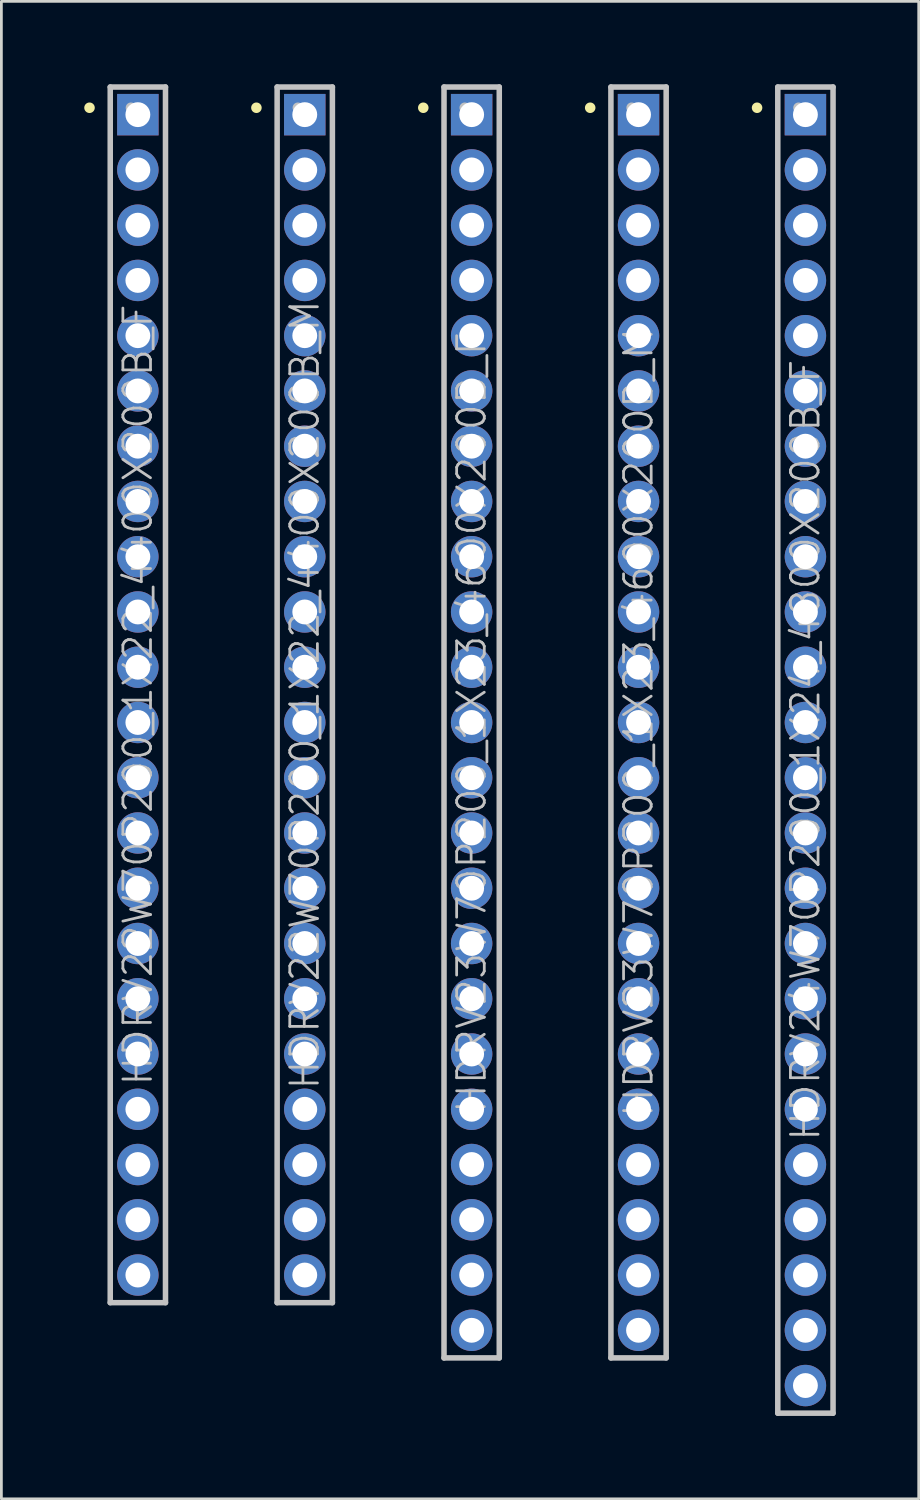
<source format=kicad_pcb>
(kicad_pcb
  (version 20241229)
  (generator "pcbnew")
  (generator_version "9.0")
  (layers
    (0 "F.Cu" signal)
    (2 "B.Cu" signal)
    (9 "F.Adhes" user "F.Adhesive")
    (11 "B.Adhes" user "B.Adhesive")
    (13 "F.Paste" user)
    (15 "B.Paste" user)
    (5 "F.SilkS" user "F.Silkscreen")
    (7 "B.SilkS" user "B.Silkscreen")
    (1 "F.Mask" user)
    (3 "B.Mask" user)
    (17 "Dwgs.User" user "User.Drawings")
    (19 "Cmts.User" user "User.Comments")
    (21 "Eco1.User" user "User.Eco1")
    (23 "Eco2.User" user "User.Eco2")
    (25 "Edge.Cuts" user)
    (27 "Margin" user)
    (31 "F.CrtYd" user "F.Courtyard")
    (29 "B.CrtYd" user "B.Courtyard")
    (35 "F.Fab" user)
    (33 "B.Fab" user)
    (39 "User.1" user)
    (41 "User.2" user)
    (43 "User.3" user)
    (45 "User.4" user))
  (footprint "HDRV23W70P200_1X23_4600X200B_F"
    (layer "F.Cu")
    (at 14.021 23.1)
    (property "Reference" "HDRV23W70P200_1X23_4600X200B_F" (at 0 0 90) (layer "Dwgs.User") (effects (font (size 1 1) (thickness 0.1))))
    (attr through_hole)
    (fp_line (start -1.75 -22.25) (end -1.75 -22.25) (stroke (width 0.381) (type solid)) (layer "F.SilkS"))
    (fp_line (start -1 -23) (end -1 23) (stroke (width 0.2) (type solid)) (layer "Dwgs.User"))
    (fp_line (start -1 -23) (end 1 -23) (stroke (width 0.2) (type solid)) (layer "Dwgs.User"))
    (fp_line (start -1 23) (end 1 23) (stroke (width 0.2) (type solid)) (layer "Dwgs.User"))
    (fp_line (start -0.25 -22.25) (end -0.25 -22.25) (stroke (width 0.381) (type solid)) (layer "Dwgs.User"))
    (fp_line (start 1 -23) (end 1 23) (stroke (width 0.2) (type solid)) (layer "Dwgs.User"))
    (pad "1" thru_hole rect (at 0 -22) (size 1.5 1.5) (drill 0.9) (layers "*.Cu" "*.Mask"))
    (pad "2" thru_hole circle (at 0 -20 270) (size 1.5 1.5) (drill 0.9) (layers "*.Cu" "*.Mask"))
    (pad "3" thru_hole circle (at 0 -18 270) (size 1.5 1.5) (drill 0.9) (layers "*.Cu" "*.Mask"))
    (pad "4" thru_hole circle (at 0 -16 270) (size 1.5 1.5) (drill 0.9) (layers "*.Cu" "*.Mask"))
    (pad "5" thru_hole circle (at 0 -14 270) (size 1.5 1.5) (drill 0.9) (layers "*.Cu" "*.Mask"))
    (pad "6" thru_hole circle (at 0 -12 270) (size 1.5 1.5) (drill 0.9) (layers "*.Cu" "*.Mask"))
    (pad "7" thru_hole circle (at 0 -10 270) (size 1.5 1.5) (drill 0.9) (layers "*.Cu" "*.Mask"))
    (pad "8" thru_hole circle (at 0 -8 270) (size 1.5 1.5) (drill 0.9) (layers "*.Cu" "*.Mask"))
    (pad "9" thru_hole circle (at 0 -6 270) (size 1.5 1.5) (drill 0.9) (layers "*.Cu" "*.Mask"))
    (pad "10" thru_hole circle (at 0 -4 270) (size 1.5 1.5) (drill 0.9) (layers "*.Cu" "*.Mask"))
    (pad "11" thru_hole circle (at 0 -2 270) (size 1.5 1.5) (drill 0.9) (layers "*.Cu" "*.Mask"))
    (pad "12" thru_hole circle (at 0 0 270) (size 1.5 1.5) (drill 0.9) (layers "*.Cu" "*.Mask"))
    (pad "13" thru_hole circle (at 0 2 270) (size 1.5 1.5) (drill 0.9) (layers "*.Cu" "*.Mask"))
    (pad "14" thru_hole circle (at 0 4 270) (size 1.5 1.5) (drill 0.9) (layers "*.Cu" "*.Mask"))
    (pad "15" thru_hole circle (at 0 6 270) (size 1.5 1.5) (drill 0.9) (layers "*.Cu" "*.Mask"))
    (pad "16" thru_hole circle (at 0 8 270) (size 1.5 1.5) (drill 0.9) (layers "*.Cu" "*.Mask"))
    (pad "17" thru_hole circle (at 0 10 270) (size 1.5 1.5) (drill 0.9) (layers "*.Cu" "*.Mask"))
    (pad "18" thru_hole circle (at 0 12 270) (size 1.5 1.5) (drill 0.9) (layers "*.Cu" "*.Mask"))
    (pad "19" thru_hole circle (at 0 14 270) (size 1.5 1.5) (drill 0.9) (layers "*.Cu" "*.Mask"))
    (pad "20" thru_hole circle (at 0 16 270) (size 1.5 1.5) (drill 0.9) (layers "*.Cu" "*.Mask"))
    (pad "21" thru_hole circle (at 0 18 270) (size 1.5 1.5) (drill 0.9) (layers "*.Cu" "*.Mask"))
    (pad "22" thru_hole circle (at 0 20 270) (size 1.5 1.5) (drill 0.9) (layers "*.Cu" "*.Mask"))
    (pad "23" thru_hole circle (at 0 22 270) (size 1.5 1.5) (drill 0.9) (layers "*.Cu" "*.Mask")))
  (footprint "HDRV22W70P200_1X22_4400X200B_M"
    (layer "F.Cu")
    (at 7.981 22.1)
    (property "Reference" "HDRV22W70P200_1X22_4400X200B_M" (at 0 0 90) (layer "Dwgs.User") (effects (font (size 1 1) (thickness 0.1))))
    (attr through_hole)
    (fp_line (start -1.75 -21.25) (end -1.75 -21.25) (stroke (width 0.381) (type solid)) (layer "F.SilkS"))
    (fp_line (start -1 -22) (end -1 22) (stroke (width 0.2) (type solid)) (layer "Dwgs.User"))
    (fp_line (start -1 -22) (end 1 -22) (stroke (width 0.2) (type solid)) (layer "Dwgs.User"))
    (fp_line (start -1 22) (end 1 22) (stroke (width 0.2) (type solid)) (layer "Dwgs.User"))
    (fp_line (start -0.25 -21.25) (end -0.25 -21.25) (stroke (width 0.381) (type solid)) (layer "Dwgs.User"))
    (fp_line (start 1 -22) (end 1 22) (stroke (width 0.2) (type solid)) (layer "Dwgs.User"))
    (pad "1" thru_hole rect (at 0 -21) (size 1.5 1.5) (drill 0.9) (layers "*.Cu" "*.Mask"))
    (pad "2" thru_hole circle (at 0 -19 270) (size 1.5 1.5) (drill 0.9) (layers "*.Cu" "*.Mask"))
    (pad "3" thru_hole circle (at 0 -17 270) (size 1.5 1.5) (drill 0.9) (layers "*.Cu" "*.Mask"))
    (pad "4" thru_hole circle (at 0 -15 270) (size 1.5 1.5) (drill 0.9) (layers "*.Cu" "*.Mask"))
    (pad "5" thru_hole circle (at 0 -13 270) (size 1.5 1.5) (drill 0.9) (layers "*.Cu" "*.Mask"))
    (pad "6" thru_hole circle (at 0 -11 270) (size 1.5 1.5) (drill 0.9) (layers "*.Cu" "*.Mask"))
    (pad "7" thru_hole circle (at 0 -9 270) (size 1.5 1.5) (drill 0.9) (layers "*.Cu" "*.Mask"))
    (pad "8" thru_hole circle (at 0 -7 270) (size 1.5 1.5) (drill 0.9) (layers "*.Cu" "*.Mask"))
    (pad "9" thru_hole circle (at 0 -5 270) (size 1.5 1.5) (drill 0.9) (layers "*.Cu" "*.Mask"))
    (pad "10" thru_hole circle (at 0 -3 270) (size 1.5 1.5) (drill 0.9) (layers "*.Cu" "*.Mask"))
    (pad "11" thru_hole circle (at 0 -1 270) (size 1.5 1.5) (drill 0.9) (layers "*.Cu" "*.Mask"))
    (pad "12" thru_hole circle (at 0 1 270) (size 1.5 1.5) (drill 0.9) (layers "*.Cu" "*.Mask"))
    (pad "13" thru_hole circle (at 0 3 270) (size 1.5 1.5) (drill 0.9) (layers "*.Cu" "*.Mask"))
    (pad "14" thru_hole circle (at 0 5 270) (size 1.5 1.5) (drill 0.9) (layers "*.Cu" "*.Mask"))
    (pad "15" thru_hole circle (at 0 7 270) (size 1.5 1.5) (drill 0.9) (layers "*.Cu" "*.Mask"))
    (pad "16" thru_hole circle (at 0 9 270) (size 1.5 1.5) (drill 0.9) (layers "*.Cu" "*.Mask"))
    (pad "17" thru_hole circle (at 0 11 270) (size 1.5 1.5) (drill 0.9) (layers "*.Cu" "*.Mask"))
    (pad "18" thru_hole circle (at 0 13 270) (size 1.5 1.5) (drill 0.9) (layers "*.Cu" "*.Mask"))
    (pad "19" thru_hole circle (at 0 15 270) (size 1.5 1.5) (drill 0.9) (layers "*.Cu" "*.Mask"))
    (pad "20" thru_hole circle (at 0 17 270) (size 1.5 1.5) (drill 0.9) (layers "*.Cu" "*.Mask"))
    (pad "21" thru_hole circle (at 0 19 270) (size 1.5 1.5) (drill 0.9) (layers "*.Cu" "*.Mask"))
    (pad "22" thru_hole circle (at 0 21 270) (size 1.5 1.5) (drill 0.9) (layers "*.Cu" "*.Mask")))
  (footprint "HDRV23W70P200_1X23_4600X200B_M"
    (layer "F.Cu")
    (at 20.062 23.1)
    (property "Reference" "HDRV23W70P200_1X23_4600X200B_M" (at 0 0 90) (layer "Dwgs.User") (effects (font (size 1 1) (thickness 0.1))))
    (attr through_hole)
    (fp_line (start -1.75 -22.25) (end -1.75 -22.25) (stroke (width 0.381) (type solid)) (layer "F.SilkS"))
    (fp_line (start -1 -23) (end -1 23) (stroke (width 0.2) (type solid)) (layer "Dwgs.User"))
    (fp_line (start -1 -23) (end 1 -23) (stroke (width 0.2) (type solid)) (layer "Dwgs.User"))
    (fp_line (start -1 23) (end 1 23) (stroke (width 0.2) (type solid)) (layer "Dwgs.User"))
    (fp_line (start -0.25 -22.25) (end -0.25 -22.25) (stroke (width 0.381) (type solid)) (layer "Dwgs.User"))
    (fp_line (start 1 -23) (end 1 23) (stroke (width 0.2) (type solid)) (layer "Dwgs.User"))
    (pad "1" thru_hole rect (at 0 -22) (size 1.5 1.5) (drill 0.9) (layers "*.Cu" "*.Mask"))
    (pad "2" thru_hole circle (at 0 -20 270) (size 1.5 1.5) (drill 0.9) (layers "*.Cu" "*.Mask"))
    (pad "3" thru_hole circle (at 0 -18 270) (size 1.5 1.5) (drill 0.9) (layers "*.Cu" "*.Mask"))
    (pad "4" thru_hole circle (at 0 -16 270) (size 1.5 1.5) (drill 0.9) (layers "*.Cu" "*.Mask"))
    (pad "5" thru_hole circle (at 0 -14 270) (size 1.5 1.5) (drill 0.9) (layers "*.Cu" "*.Mask"))
    (pad "6" thru_hole circle (at 0 -12 270) (size 1.5 1.5) (drill 0.9) (layers "*.Cu" "*.Mask"))
    (pad "7" thru_hole circle (at 0 -10 270) (size 1.5 1.5) (drill 0.9) (layers "*.Cu" "*.Mask"))
    (pad "8" thru_hole circle (at 0 -8 270) (size 1.5 1.5) (drill 0.9) (layers "*.Cu" "*.Mask"))
    (pad "9" thru_hole circle (at 0 -6 270) (size 1.5 1.5) (drill 0.9) (layers "*.Cu" "*.Mask"))
    (pad "10" thru_hole circle (at 0 -4 270) (size 1.5 1.5) (drill 0.9) (layers "*.Cu" "*.Mask"))
    (pad "11" thru_hole circle (at 0 -2 270) (size 1.5 1.5) (drill 0.9) (layers "*.Cu" "*.Mask"))
    (pad "12" thru_hole circle (at 0 0 270) (size 1.5 1.5) (drill 0.9) (layers "*.Cu" "*.Mask"))
    (pad "13" thru_hole circle (at 0 2 270) (size 1.5 1.5) (drill 0.9) (layers "*.Cu" "*.Mask"))
    (pad "14" thru_hole circle (at 0 4 270) (size 1.5 1.5) (drill 0.9) (layers "*.Cu" "*.Mask"))
    (pad "15" thru_hole circle (at 0 6 270) (size 1.5 1.5) (drill 0.9) (layers "*.Cu" "*.Mask"))
    (pad "16" thru_hole circle (at 0 8 270) (size 1.5 1.5) (drill 0.9) (layers "*.Cu" "*.Mask"))
    (pad "17" thru_hole circle (at 0 10 270) (size 1.5 1.5) (drill 0.9) (layers "*.Cu" "*.Mask"))
    (pad "18" thru_hole circle (at 0 12 270) (size 1.5 1.5) (drill 0.9) (layers "*.Cu" "*.Mask"))
    (pad "19" thru_hole circle (at 0 14 270) (size 1.5 1.5) (drill 0.9) (layers "*.Cu" "*.Mask"))
    (pad "20" thru_hole circle (at 0 16 270) (size 1.5 1.5) (drill 0.9) (layers "*.Cu" "*.Mask"))
    (pad "21" thru_hole circle (at 0 18 270) (size 1.5 1.5) (drill 0.9) (layers "*.Cu" "*.Mask"))
    (pad "22" thru_hole circle (at 0 20 270) (size 1.5 1.5) (drill 0.9) (layers "*.Cu" "*.Mask"))
    (pad "23" thru_hole circle (at 0 22 270) (size 1.5 1.5) (drill 0.9) (layers "*.Cu" "*.Mask")))
  (footprint "HDRV22W70P200_1X22_4400X200B_F"
    (layer "F.Cu")
    (at 1.94 22.1)
    (property "Reference" "HDRV22W70P200_1X22_4400X200B_F" (at 0 0 90) (layer "Dwgs.User") (effects (font (size 1 1) (thickness 0.1))))
    (attr through_hole)
    (fp_line (start -1.75 -21.25) (end -1.75 -21.25) (stroke (width 0.381) (type solid)) (layer "F.SilkS"))
    (fp_line (start -1 -22) (end -1 22) (stroke (width 0.2) (type solid)) (layer "Dwgs.User"))
    (fp_line (start -1 -22) (end 1 -22) (stroke (width 0.2) (type solid)) (layer "Dwgs.User"))
    (fp_line (start -1 22) (end 1 22) (stroke (width 0.2) (type solid)) (layer "Dwgs.User"))
    (fp_line (start -0.25 -21.25) (end -0.25 -21.25) (stroke (width 0.381) (type solid)) (layer "Dwgs.User"))
    (fp_line (start 1 -22) (end 1 22) (stroke (width 0.2) (type solid)) (layer "Dwgs.User"))
    (pad "1" thru_hole rect (at 0 -21) (size 1.5 1.5) (drill 0.9) (layers "*.Cu" "*.Mask"))
    (pad "2" thru_hole circle (at 0 -19 270) (size 1.5 1.5) (drill 0.9) (layers "*.Cu" "*.Mask"))
    (pad "3" thru_hole circle (at 0 -17 270) (size 1.5 1.5) (drill 0.9) (layers "*.Cu" "*.Mask"))
    (pad "4" thru_hole circle (at 0 -15 270) (size 1.5 1.5) (drill 0.9) (layers "*.Cu" "*.Mask"))
    (pad "5" thru_hole circle (at 0 -13 270) (size 1.5 1.5) (drill 0.9) (layers "*.Cu" "*.Mask"))
    (pad "6" thru_hole circle (at 0 -11 270) (size 1.5 1.5) (drill 0.9) (layers "*.Cu" "*.Mask"))
    (pad "7" thru_hole circle (at 0 -9 270) (size 1.5 1.5) (drill 0.9) (layers "*.Cu" "*.Mask"))
    (pad "8" thru_hole circle (at 0 -7 270) (size 1.5 1.5) (drill 0.9) (layers "*.Cu" "*.Mask"))
    (pad "9" thru_hole circle (at 0 -5 270) (size 1.5 1.5) (drill 0.9) (layers "*.Cu" "*.Mask"))
    (pad "10" thru_hole circle (at 0 -3 270) (size 1.5 1.5) (drill 0.9) (layers "*.Cu" "*.Mask"))
    (pad "11" thru_hole circle (at 0 -1 270) (size 1.5 1.5) (drill 0.9) (layers "*.Cu" "*.Mask"))
    (pad "12" thru_hole circle (at 0 1 270) (size 1.5 1.5) (drill 0.9) (layers "*.Cu" "*.Mask"))
    (pad "13" thru_hole circle (at 0 3 270) (size 1.5 1.5) (drill 0.9) (layers "*.Cu" "*.Mask"))
    (pad "14" thru_hole circle (at 0 5 270) (size 1.5 1.5) (drill 0.9) (layers "*.Cu" "*.Mask"))
    (pad "15" thru_hole circle (at 0 7 270) (size 1.5 1.5) (drill 0.9) (layers "*.Cu" "*.Mask"))
    (pad "16" thru_hole circle (at 0 9 270) (size 1.5 1.5) (drill 0.9) (layers "*.Cu" "*.Mask"))
    (pad "17" thru_hole circle (at 0 11 270) (size 1.5 1.5) (drill 0.9) (layers "*.Cu" "*.Mask"))
    (pad "18" thru_hole circle (at 0 13 270) (size 1.5 1.5) (drill 0.9) (layers "*.Cu" "*.Mask"))
    (pad "19" thru_hole circle (at 0 15 270) (size 1.5 1.5) (drill 0.9) (layers "*.Cu" "*.Mask"))
    (pad "20" thru_hole circle (at 0 17 270) (size 1.5 1.5) (drill 0.9) (layers "*.Cu" "*.Mask"))
    (pad "21" thru_hole circle (at 0 19 270) (size 1.5 1.5) (drill 0.9) (layers "*.Cu" "*.Mask"))
    (pad "22" thru_hole circle (at 0 21 270) (size 1.5 1.5) (drill 0.9) (layers "*.Cu" "*.Mask")))
  (footprint "HDRV24W70P200_1X24_4800X200B_F"
    (layer "F.Cu")
    (at 26.102 24.1)
    (property "Reference" "HDRV24W70P200_1X24_4800X200B_F" (at 0 0 90) (layer "Dwgs.User") (effects (font (size 1 1) (thickness 0.1))))
    (attr through_hole)
    (fp_line (start -1.75 -23.25) (end -1.75 -23.25) (stroke (width 0.381) (type solid)) (layer "F.SilkS"))
    (fp_line (start -1 -24) (end -1 24) (stroke (width 0.2) (type solid)) (layer "Dwgs.User"))
    (fp_line (start -1 -24) (end 1 -24) (stroke (width 0.2) (type solid)) (layer "Dwgs.User"))
    (fp_line (start -1 24) (end 1 24) (stroke (width 0.2) (type solid)) (layer "Dwgs.User"))
    (fp_line (start -0.25 -23.25) (end -0.25 -23.25) (stroke (width 0.381) (type solid)) (layer "Dwgs.User"))
    (fp_line (start 1 -24) (end 1 24) (stroke (width 0.2) (type solid)) (layer "Dwgs.User"))
    (pad "1" thru_hole rect (at 0 -23) (size 1.5 1.5) (drill 0.9) (layers "*.Cu" "*.Mask"))
    (pad "2" thru_hole circle (at 0 -21 270) (size 1.5 1.5) (drill 0.9) (layers "*.Cu" "*.Mask"))
    (pad "3" thru_hole circle (at 0 -19 270) (size 1.5 1.5) (drill 0.9) (layers "*.Cu" "*.Mask"))
    (pad "4" thru_hole circle (at 0 -17 270) (size 1.5 1.5) (drill 0.9) (layers "*.Cu" "*.Mask"))
    (pad "5" thru_hole circle (at 0 -15 270) (size 1.5 1.5) (drill 0.9) (layers "*.Cu" "*.Mask"))
    (pad "6" thru_hole circle (at 0 -13 270) (size 1.5 1.5) (drill 0.9) (layers "*.Cu" "*.Mask"))
    (pad "7" thru_hole circle (at 0 -11 270) (size 1.5 1.5) (drill 0.9) (layers "*.Cu" "*.Mask"))
    (pad "8" thru_hole circle (at 0 -9 270) (size 1.5 1.5) (drill 0.9) (layers "*.Cu" "*.Mask"))
    (pad "9" thru_hole circle (at 0 -7 270) (size 1.5 1.5) (drill 0.9) (layers "*.Cu" "*.Mask"))
    (pad "10" thru_hole circle (at 0 -5 270) (size 1.5 1.5) (drill 0.9) (layers "*.Cu" "*.Mask"))
    (pad "11" thru_hole circle (at 0 -3 270) (size 1.5 1.5) (drill 0.9) (layers "*.Cu" "*.Mask"))
    (pad "12" thru_hole circle (at 0 -1 270) (size 1.5 1.5) (drill 0.9) (layers "*.Cu" "*.Mask"))
    (pad "13" thru_hole circle (at 0 1 270) (size 1.5 1.5) (drill 0.9) (layers "*.Cu" "*.Mask"))
    (pad "14" thru_hole circle (at 0 3 270) (size 1.5 1.5) (drill 0.9) (layers "*.Cu" "*.Mask"))
    (pad "15" thru_hole circle (at 0 5 270) (size 1.5 1.5) (drill 0.9) (layers "*.Cu" "*.Mask"))
    (pad "16" thru_hole circle (at 0 7 270) (size 1.5 1.5) (drill 0.9) (layers "*.Cu" "*.Mask"))
    (pad "17" thru_hole circle (at 0 9 270) (size 1.5 1.5) (drill 0.9) (layers "*.Cu" "*.Mask"))
    (pad "18" thru_hole circle (at 0 11 270) (size 1.5 1.5) (drill 0.9) (layers "*.Cu" "*.Mask"))
    (pad "19" thru_hole circle (at 0 13 270) (size 1.5 1.5) (drill 0.9) (layers "*.Cu" "*.Mask"))
    (pad "20" thru_hole circle (at 0 15 270) (size 1.5 1.5) (drill 0.9) (layers "*.Cu" "*.Mask"))
    (pad "21" thru_hole circle (at 0 17 270) (size 1.5 1.5) (drill 0.9) (layers "*.Cu" "*.Mask"))
    (pad "22" thru_hole circle (at 0 19 270) (size 1.5 1.5) (drill 0.9) (layers "*.Cu" "*.Mask"))
    (pad "23" thru_hole circle (at 0 21 270) (size 1.5 1.5) (drill 0.9) (layers "*.Cu" "*.Mask"))
    (pad "24" thru_hole circle (at 0 23 270) (size 1.5 1.5) (drill 0.9) (layers "*.Cu" "*.Mask")))
  (gr_rect
    (start -3 -3)
    (end 30.203 51.2)
    (stroke (width 0.1) (type default))
    (fill no)
    (layer "Edge.Cuts")))
</source>
